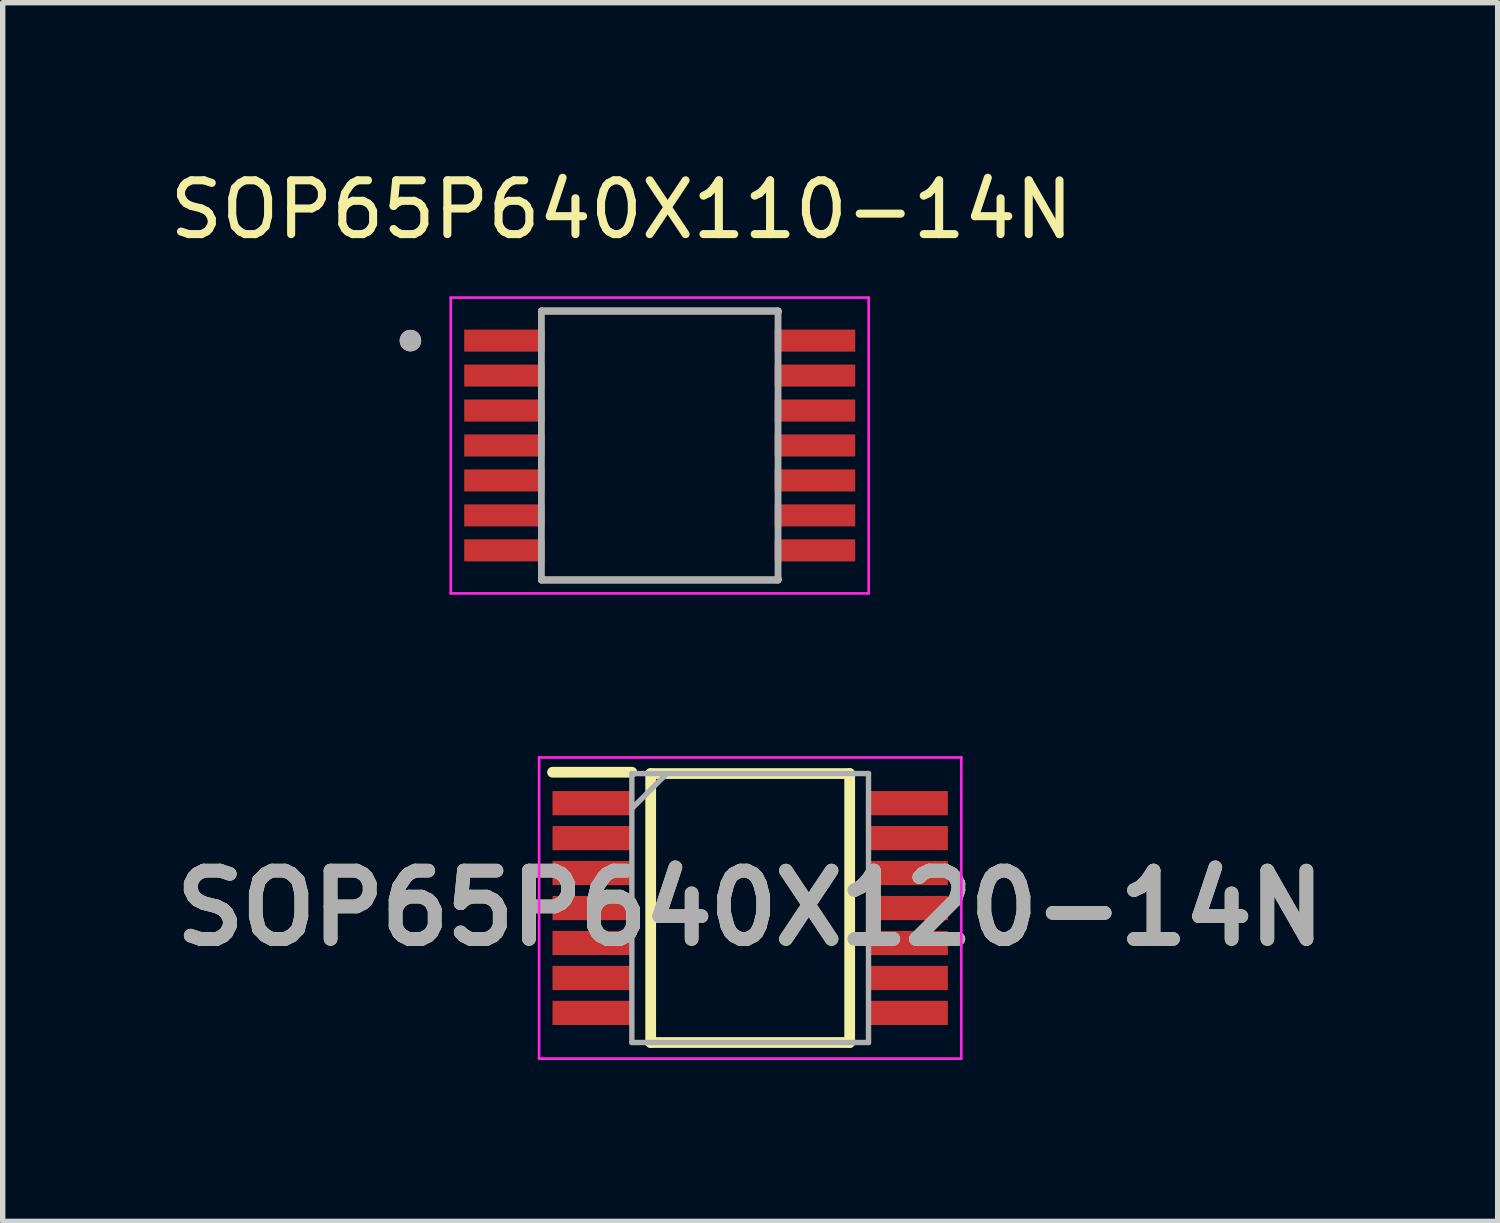
<source format=kicad_pcb>
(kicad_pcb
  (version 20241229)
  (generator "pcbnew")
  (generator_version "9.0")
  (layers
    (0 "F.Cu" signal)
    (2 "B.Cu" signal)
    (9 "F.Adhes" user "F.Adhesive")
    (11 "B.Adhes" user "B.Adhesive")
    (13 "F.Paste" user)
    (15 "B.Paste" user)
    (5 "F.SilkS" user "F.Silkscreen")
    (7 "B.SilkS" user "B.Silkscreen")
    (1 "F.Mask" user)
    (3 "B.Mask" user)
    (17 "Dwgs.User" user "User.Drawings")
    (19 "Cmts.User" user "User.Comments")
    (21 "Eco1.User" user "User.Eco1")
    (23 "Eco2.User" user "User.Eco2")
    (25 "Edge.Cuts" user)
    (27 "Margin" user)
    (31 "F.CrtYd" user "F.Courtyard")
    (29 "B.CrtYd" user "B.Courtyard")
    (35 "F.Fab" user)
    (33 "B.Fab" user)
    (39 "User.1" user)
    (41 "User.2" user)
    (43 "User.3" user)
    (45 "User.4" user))
  (footprint "SOP65P640X110-14N"
    (layer "F.Cu")
    (at 9.216 5.233)
    (property "Reference" "SOP65P640X110-14N" (at -0.71 -4.385 0) (layer "F.SilkS") (effects (font (size 1 1) (thickness 0.15))))
    (attr through_hole)
    (fp_line (start -2.2 -2.5) (end -2.2 -2.475) (stroke (width 0.127) (type solid)) (layer "F.SilkS"))
    (fp_line (start -2.2 2.5) (end -2.2 2.475) (stroke (width 0.127) (type solid)) (layer "F.SilkS"))
    (fp_line (start -2.2 2.5) (end 2.2 2.5) (stroke (width 0.127) (type solid)) (layer "F.SilkS"))
    (fp_line (start 2.2 -2.5) (end -2.2 -2.5) (stroke (width 0.127) (type solid)) (layer "F.SilkS"))
    (fp_line (start 2.2 -2.475) (end 2.2 -2.5) (stroke (width 0.127) (type solid)) (layer "F.SilkS"))
    (fp_line (start 2.2 2.5) (end 2.2 2.475) (stroke (width 0.127) (type solid)) (layer "F.SilkS"))
    (fp_circle (center -4.635 -1.95) (end -4.535 -1.95) (stroke (width 0.2) (type solid)) (fill no) (layer "F.SilkS"))
    (fp_line (start -3.885 -2.75) (end -3.885 2.75) (stroke (width 0.05) (type solid)) (layer "F.CrtYd"))
    (fp_line (start -3.885 2.75) (end 3.885 2.75) (stroke (width 0.05) (type solid)) (layer "F.CrtYd"))
    (fp_line (start 3.885 -2.75) (end -3.885 -2.75) (stroke (width 0.05) (type solid)) (layer "F.CrtYd"))
    (fp_line (start 3.885 2.75) (end 3.885 -2.75) (stroke (width 0.05) (type solid)) (layer "F.CrtYd"))
    (fp_line (start -2.2 -2.5) (end -2.2 2.5) (stroke (width 0.127) (type solid)) (layer "F.Fab"))
    (fp_line (start -2.2 2.5) (end 2.2 2.5) (stroke (width 0.127) (type solid)) (layer "F.Fab"))
    (fp_line (start 2.2 -2.5) (end -2.2 -2.5) (stroke (width 0.127) (type solid)) (layer "F.Fab"))
    (fp_line (start 2.2 2.5) (end 2.2 -2.5) (stroke (width 0.127) (type solid)) (layer "F.Fab"))
    (fp_circle (center -4.635 -1.95) (end -4.535 -1.95) (stroke (width 0.2) (type solid)) (fill no) (layer "F.Fab"))
    (pad "1" smd rect (at -2.885 -1.95) (size 1.5 0.41) (layers "F.Cu" "F.Mask" "F.Paste"))
    (pad "2" smd rect (at -2.885 -1.3) (size 1.5 0.41) (layers "F.Cu" "F.Mask" "F.Paste"))
    (pad "3" smd rect (at -2.885 -0.65) (size 1.5 0.41) (layers "F.Cu" "F.Mask" "F.Paste"))
    (pad "4" smd rect (at -2.885 0) (size 1.5 0.41) (layers "F.Cu" "F.Mask" "F.Paste"))
    (pad "5" smd rect (at -2.885 0.65) (size 1.5 0.41) (layers "F.Cu" "F.Mask" "F.Paste"))
    (pad "6" smd rect (at -2.885 1.3) (size 1.5 0.41) (layers "F.Cu" "F.Mask" "F.Paste"))
    (pad "7" smd rect (at -2.885 1.95) (size 1.5 0.41) (layers "F.Cu" "F.Mask" "F.Paste"))
    (pad "8" smd rect (at 2.885 1.95) (size 1.5 0.41) (layers "F.Cu" "F.Mask" "F.Paste"))
    (pad "9" smd rect (at 2.885 1.3) (size 1.5 0.41) (layers "F.Cu" "F.Mask" "F.Paste"))
    (pad "10" smd rect (at 2.885 0.65) (size 1.5 0.41) (layers "F.Cu" "F.Mask" "F.Paste"))
    (pad "11" smd rect (at 2.885 0) (size 1.5 0.41) (layers "F.Cu" "F.Mask" "F.Paste"))
    (pad "12" smd rect (at 2.885 -0.65) (size 1.5 0.41) (layers "F.Cu" "F.Mask" "F.Paste"))
    (pad "13" smd rect (at 2.885 -1.3) (size 1.5 0.41) (layers "F.Cu" "F.Mask" "F.Paste"))
    (pad "14" smd rect (at 2.885 -1.95) (size 1.5 0.41) (layers "F.Cu" "F.Mask" "F.Paste")))
  (footprint "SOP65P640X120-14N"
    (layer "F.Cu")
    (at 10.898 13.833)
    (property "Reference" "SOP65P640X120-14N" (at 0 0 0) (layer "F.SilkS") (effects (font (size 1.27 1.27) (thickness 0.254))))
    (attr smd)
    (fp_line (start -3.675 -2.525) (end -2.2 -2.525) (stroke (width 0.2) (type solid)) (layer "F.SilkS"))
    (fp_line (start -1.85 -2.5) (end 1.85 -2.5) (stroke (width 0.2) (type solid)) (layer "F.SilkS"))
    (fp_line (start -1.85 2.5) (end -1.85 -2.5) (stroke (width 0.2) (type solid)) (layer "F.SilkS"))
    (fp_line (start 1.85 -2.5) (end 1.85 2.5) (stroke (width 0.2) (type solid)) (layer "F.SilkS"))
    (fp_line (start 1.85 2.5) (end -1.85 2.5) (stroke (width 0.2) (type solid)) (layer "F.SilkS"))
    (fp_line (start -3.925 -2.8) (end 3.925 -2.8) (stroke (width 0.05) (type solid)) (layer "F.CrtYd"))
    (fp_line (start -3.925 2.8) (end -3.925 -2.8) (stroke (width 0.05) (type solid)) (layer "F.CrtYd"))
    (fp_line (start 3.925 -2.8) (end 3.925 2.8) (stroke (width 0.05) (type solid)) (layer "F.CrtYd"))
    (fp_line (start 3.925 2.8) (end -3.925 2.8) (stroke (width 0.05) (type solid)) (layer "F.CrtYd"))
    (fp_line (start -2.2 -2.5) (end 2.2 -2.5) (stroke (width 0.1) (type solid)) (layer "F.Fab"))
    (fp_line (start -2.2 -1.85) (end -1.55 -2.5) (stroke (width 0.1) (type solid)) (layer "F.Fab"))
    (fp_line (start -2.2 2.5) (end -2.2 -2.5) (stroke (width 0.1) (type solid)) (layer "F.Fab"))
    (fp_line (start 2.2 -2.5) (end 2.2 2.5) (stroke (width 0.1) (type solid)) (layer "F.Fab"))
    (fp_line (start 2.2 2.5) (end -2.2 2.5) (stroke (width 0.1) (type solid)) (layer "F.Fab"))
    (fp_text user "${REFERENCE}" (at 0 0 0) (layer "F.Fab") (effects (font (size 1.27 1.27) (thickness 0.254))))
    (pad "1" smd rect (at -2.938 -1.95 90) (size 0.45 1.475) (layers "F.Cu" "F.Mask" "F.Paste"))
    (pad "2" smd rect (at -2.938 -1.3 90) (size 0.45 1.475) (layers "F.Cu" "F.Mask" "F.Paste"))
    (pad "3" smd rect (at -2.938 -0.65 90) (size 0.45 1.475) (layers "F.Cu" "F.Mask" "F.Paste"))
    (pad "4" smd rect (at -2.938 0 90) (size 0.45 1.475) (layers "F.Cu" "F.Mask" "F.Paste"))
    (pad "5" smd rect (at -2.938 0.65 90) (size 0.45 1.475) (layers "F.Cu" "F.Mask" "F.Paste"))
    (pad "6" smd rect (at -2.938 1.3 90) (size 0.45 1.475) (layers "F.Cu" "F.Mask" "F.Paste"))
    (pad "7" smd rect (at -2.938 1.95 90) (size 0.45 1.475) (layers "F.Cu" "F.Mask" "F.Paste"))
    (pad "8" smd rect (at 2.938 1.95 90) (size 0.45 1.475) (layers "F.Cu" "F.Mask" "F.Paste"))
    (pad "9" smd rect (at 2.938 1.3 90) (size 0.45 1.475) (layers "F.Cu" "F.Mask" "F.Paste"))
    (pad "10" smd rect (at 2.938 0.65 90) (size 0.45 1.475) (layers "F.Cu" "F.Mask" "F.Paste"))
    (pad "11" smd rect (at 2.938 0 90) (size 0.45 1.475) (layers "F.Cu" "F.Mask" "F.Paste"))
    (pad "12" smd rect (at 2.938 -0.65 90) (size 0.45 1.475) (layers "F.Cu" "F.Mask" "F.Paste"))
    (pad "13" smd rect (at 2.938 -1.3 90) (size 0.45 1.475) (layers "F.Cu" "F.Mask" "F.Paste"))
    (pad "14" smd rect (at 2.938 -1.95 90) (size 0.45 1.475) (layers "F.Cu" "F.Mask" "F.Paste")))
  (gr_rect
    (start -3 -3)
    (end 24.796 19.658)
    (stroke (width 0.1) (type default))
    (fill no)
    (layer "Edge.Cuts")))
</source>
